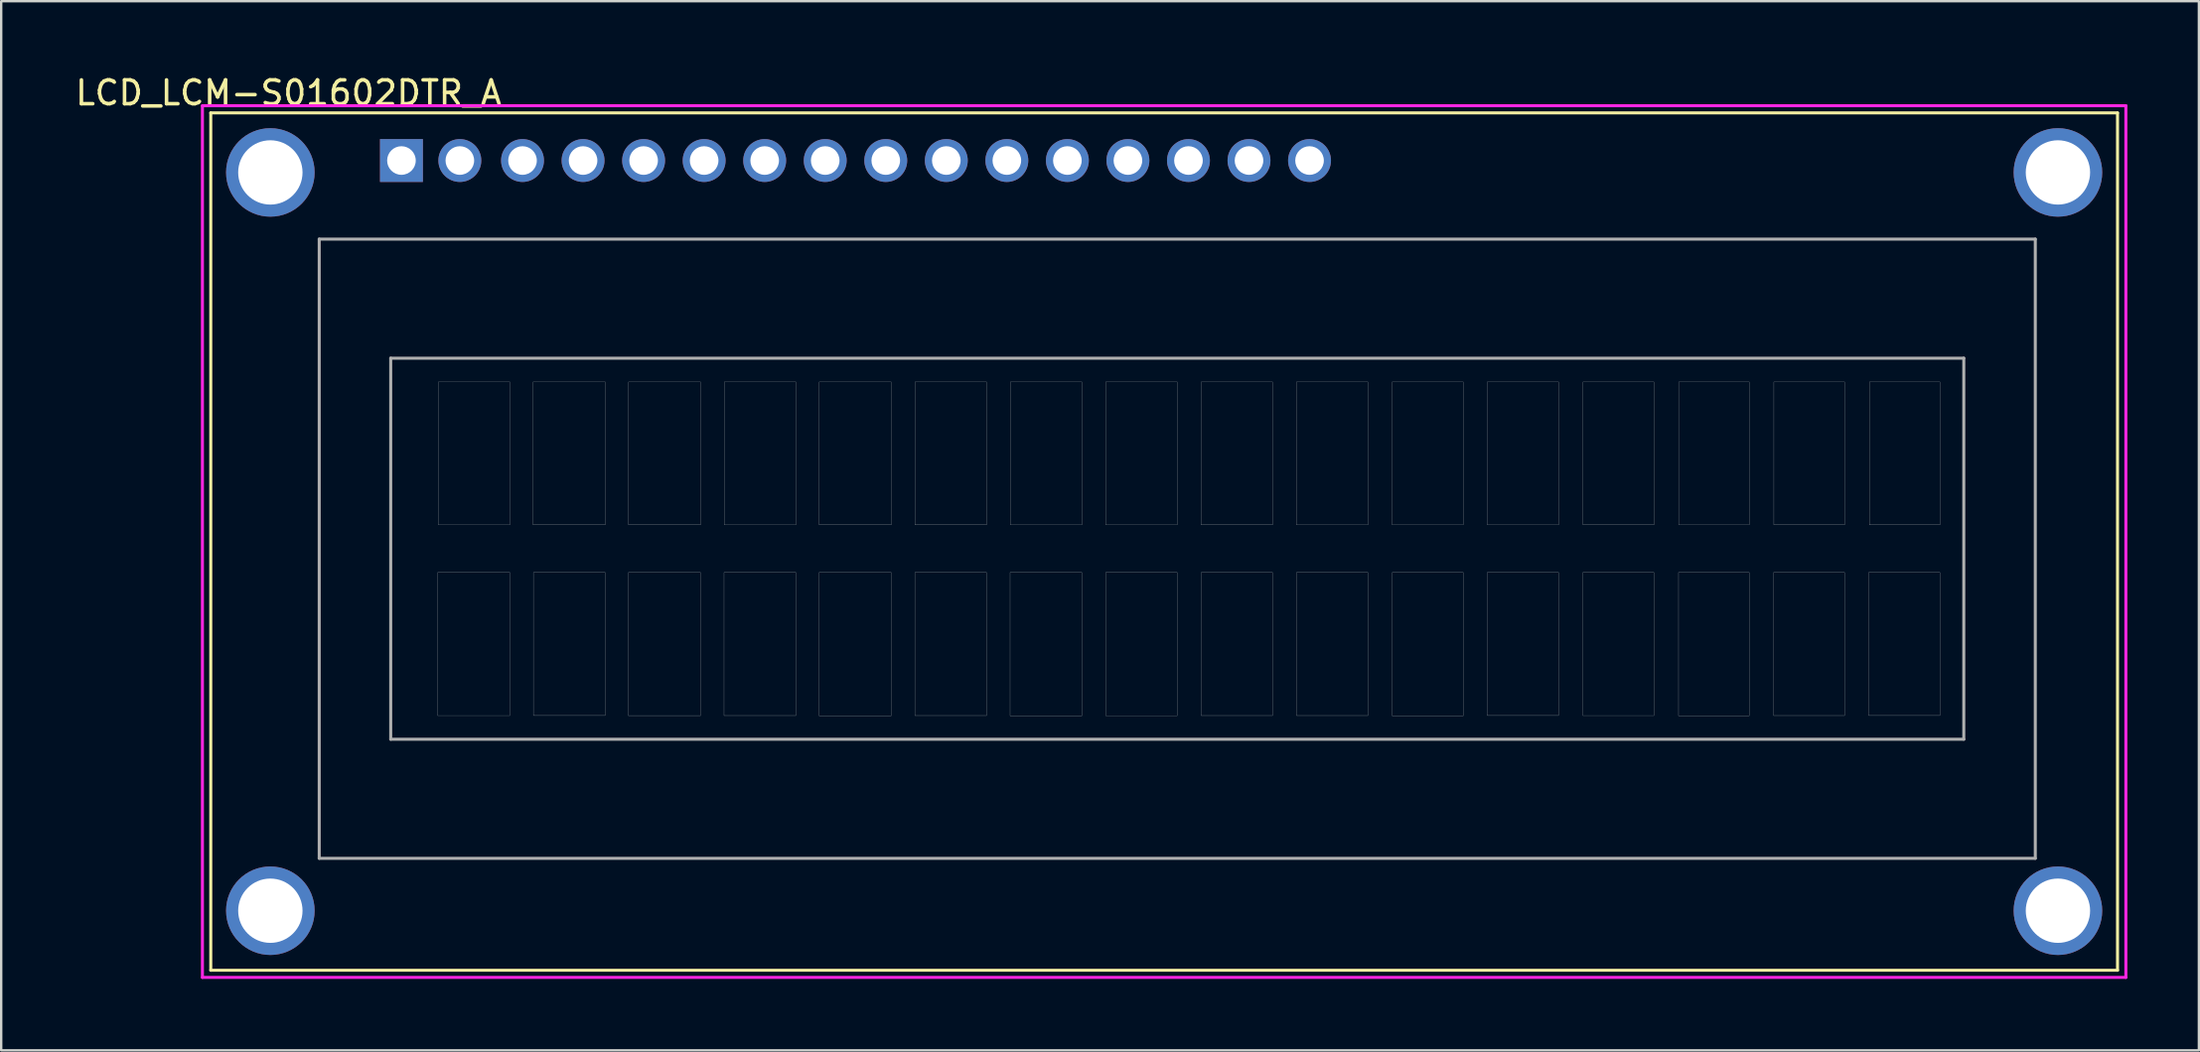
<source format=kicad_pcb>
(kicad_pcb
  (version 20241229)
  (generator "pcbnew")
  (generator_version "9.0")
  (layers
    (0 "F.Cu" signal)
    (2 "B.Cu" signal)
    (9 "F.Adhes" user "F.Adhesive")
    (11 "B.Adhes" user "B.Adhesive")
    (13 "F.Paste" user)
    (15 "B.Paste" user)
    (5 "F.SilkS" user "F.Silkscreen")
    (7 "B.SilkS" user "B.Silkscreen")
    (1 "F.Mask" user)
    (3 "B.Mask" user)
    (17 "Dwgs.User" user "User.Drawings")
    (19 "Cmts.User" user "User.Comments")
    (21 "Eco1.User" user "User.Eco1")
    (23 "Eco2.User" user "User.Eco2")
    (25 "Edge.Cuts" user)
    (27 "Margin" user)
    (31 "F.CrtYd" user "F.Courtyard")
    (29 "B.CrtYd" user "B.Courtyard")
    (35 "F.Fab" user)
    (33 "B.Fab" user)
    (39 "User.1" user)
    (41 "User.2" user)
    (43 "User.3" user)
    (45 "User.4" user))
  (footprint "LCD_LCM-S01602DTR_A"
    (layer "F.Cu")
    (at 46.343 19.99)
    (property "Reference" "LCD_LCM-S01602DTR_A" (at -37.287 -19.141 0) (layer "F.SilkS") (effects (font (size 1 1) (thickness 0.15))))
    (attr through_hole)
    (fp_line (start -40.55 -18.3) (end -40.55 17.7) (stroke (width 0.127) (type solid)) (layer "F.SilkS"))
    (fp_line (start -40.55 17.7) (end 39.45 17.7) (stroke (width 0.127) (type solid)) (layer "F.SilkS"))
    (fp_line (start 39.45 -18.3) (end -40.55 -18.3) (stroke (width 0.127) (type solid)) (layer "F.SilkS"))
    (fp_line (start 39.45 17.7) (end 39.45 -18.3) (stroke (width 0.127) (type solid)) (layer "F.SilkS"))
    (fp_line (start -40.9 -18.6) (end -40.9 18) (stroke (width 0.127) (type solid)) (layer "F.CrtYd"))
    (fp_line (start -40.9 18) (end 39.8 18) (stroke (width 0.127) (type solid)) (layer "F.CrtYd"))
    (fp_line (start 39.8 -18.6) (end -40.9 -18.6) (stroke (width 0.127) (type solid)) (layer "F.CrtYd"))
    (fp_line (start 39.8 18) (end 39.8 -18.6) (stroke (width 0.127) (type solid)) (layer "F.CrtYd"))
    (fp_line (start -36 -13) (end -36 13) (stroke (width 0.127) (type solid)) (layer "F.Fab"))
    (fp_line (start -36 13) (end 36 13) (stroke (width 0.127) (type solid)) (layer "F.Fab"))
    (fp_line (start -33 -8) (end -33 8) (stroke (width 0.127) (type solid)) (layer "F.Fab"))
    (fp_line (start -33 8) (end 33 8) (stroke (width 0.127) (type solid)) (layer "F.Fab"))
    (fp_line (start 33 -8) (end -33 -8) (stroke (width 0.127) (type solid)) (layer "F.Fab"))
    (fp_line (start 33 8) (end 33 -8) (stroke (width 0.127) (type solid)) (layer "F.Fab"))
    (fp_line (start 36 -13) (end -36 -13) (stroke (width 0.127) (type solid)) (layer "F.Fab"))
    (fp_line (start 36 13) (end 36 -13) (stroke (width 0.127) (type solid)) (layer "F.Fab"))
    (fp_poly (pts (xy -31.029 1) (xy -28 1) (xy -28 7.007) (xy -31.029 7.007)) (stroke (width 0.01) (type solid)) (fill no) (layer "F.Fab"))
    (fp_poly (pts (xy -31.002 -7) (xy -28 -7) (xy -28 -1) (xy -31.002 -1)) (stroke (width 0.01) (type solid)) (fill no) (layer "F.Fab"))
    (fp_poly (pts (xy -27.027 -7) (xy -24 -7) (xy -24 -1.001) (xy -27.027 -1.001)) (stroke (width 0.01) (type solid)) (fill no) (layer "F.Fab"))
    (fp_poly (pts (xy -27.012 1) (xy -24 1) (xy -24 7.003) (xy -27.012 7.003)) (stroke (width 0.01) (type solid)) (fill no) (layer "F.Fab"))
    (fp_poly (pts (xy -23.027 1) (xy -20 1) (xy -20 7.008) (xy -23.027 7.008)) (stroke (width 0.01) (type solid)) (fill no) (layer "F.Fab"))
    (fp_poly (pts (xy -23.02 -7) (xy -20 -7) (xy -20 -1.001) (xy -23.02 -1.001)) (stroke (width 0.01) (type solid)) (fill no) (layer "F.Fab"))
    (fp_poly (pts (xy -19.015 1) (xy -16 1) (xy -16 7.005) (xy -19.015 7.005)) (stroke (width 0.01) (type solid)) (fill no) (layer "F.Fab"))
    (fp_poly (pts (xy -19.008 -7) (xy -16 -7) (xy -16 -1) (xy -19.008 -1)) (stroke (width 0.01) (type solid)) (fill no) (layer "F.Fab"))
    (fp_poly (pts (xy -15.027 1) (xy -12 1) (xy -12 7.013) (xy -15.027 7.013)) (stroke (width 0.01) (type solid)) (fill no) (layer "F.Fab"))
    (fp_poly (pts (xy -15.021 -7) (xy -12 -7) (xy -12 -1.001) (xy -15.021 -1.001)) (stroke (width 0.01) (type solid)) (fill no) (layer "F.Fab"))
    (fp_poly (pts (xy -11.009 1) (xy -8 1) (xy -8 7.006) (xy -11.009 7.006)) (stroke (width 0.01) (type solid)) (fill no) (layer "F.Fab"))
    (fp_poly (pts (xy -11.006 -7) (xy -8 -7) (xy -8 -1.001) (xy -11.006 -1.001)) (stroke (width 0.01) (type solid)) (fill no) (layer "F.Fab"))
    (fp_poly (pts (xy -7.013 1) (xy -4 1) (xy -4 7.013) (xy -7.013 7.013)) (stroke (width 0.01) (type solid)) (fill no) (layer "F.Fab"))
    (fp_poly (pts (xy -7.002 -7) (xy -4 -7) (xy -4 -1) (xy -7.002 -1)) (stroke (width 0.01) (type solid)) (fill no) (layer "F.Fab"))
    (fp_poly (pts (xy -3.005 -7) (xy 0 -7) (xy 0 -1.002) (xy -3.005 -1.002)) (stroke (width 0.01) (type solid)) (fill no) (layer "F.Fab"))
    (fp_poly (pts (xy -3.004 1) (xy 0 1) (xy 0 7.01) (xy -3.004 7.01)) (stroke (width 0.01) (type solid)) (fill no) (layer "F.Fab"))
    (fp_poly (pts (xy 1.001 1) (xy 4 1) (xy 4 7.006) (xy 1.001 7.006)) (stroke (width 0.01) (type solid)) (fill no) (layer "F.Fab"))
    (fp_poly (pts (xy 1.001 -7) (xy 4 -7) (xy 4 -1.001) (xy 1.001 -1.001)) (stroke (width 0.01) (type solid)) (fill no) (layer "F.Fab"))
    (fp_poly (pts (xy 5.001 -7) (xy 8 -7) (xy 8 -1) (xy 5.001 -1)) (stroke (width 0.01) (type solid)) (fill no) (layer "F.Fab"))
    (fp_poly (pts (xy 5.004 1) (xy 8 1) (xy 8 7.005) (xy 5.004 7.005)) (stroke (width 0.01) (type solid)) (fill no) (layer "F.Fab"))
    (fp_poly (pts (xy 9.015 -7) (xy 12 -7) (xy 12 -1.002) (xy 9.015 -1.002)) (stroke (width 0.01) (type solid)) (fill no) (layer "F.Fab"))
    (fp_poly (pts (xy 9.017 1) (xy 12 1) (xy 12 7.014) (xy 9.017 7.014)) (stroke (width 0.01) (type solid)) (fill no) (layer "F.Fab"))
    (fp_poly (pts (xy 13.003 1) (xy 16 1) (xy 16 7.002) (xy 13.003 7.002)) (stroke (width 0.01) (type solid)) (fill no) (layer "F.Fab"))
    (fp_poly (pts (xy 13.004 -7) (xy 16 -7) (xy 16 -1) (xy 13.004 -1)) (stroke (width 0.01) (type solid)) (fill no) (layer "F.Fab"))
    (fp_poly (pts (xy 17.017 1) (xy 20 1) (xy 20 7.007) (xy 17.017 7.007)) (stroke (width 0.01) (type solid)) (fill no) (layer "F.Fab"))
    (fp_poly (pts (xy 17.023 -7) (xy 20 -7) (xy 20 -1.001) (xy 17.023 -1.001)) (stroke (width 0.01) (type solid)) (fill no) (layer "F.Fab"))
    (fp_poly (pts (xy 21.032 1) (xy 24 1) (xy 24 7.011) (xy 21.032 7.011)) (stroke (width 0.01) (type solid)) (fill no) (layer "F.Fab"))
    (fp_poly (pts (xy 21.037 -7) (xy 24 -7) (xy 24 -1.002) (xy 21.037 -1.002)) (stroke (width 0.01) (type solid)) (fill no) (layer "F.Fab"))
    (fp_poly (pts (xy 25.019 1) (xy 28 1) (xy 28 7.005) (xy 25.019 7.005)) (stroke (width 0.01) (type solid)) (fill no) (layer "F.Fab"))
    (fp_poly (pts (xy 25.031 -7) (xy 28 -7) (xy 28 -1.001) (xy 25.031 -1.001)) (stroke (width 0.01) (type solid)) (fill no) (layer "F.Fab"))
    (fp_poly (pts (xy 29.008 1) (xy 32 1) (xy 32 7.002) (xy 29.008 7.002)) (stroke (width 0.01) (type solid)) (fill no) (layer "F.Fab"))
    (fp_poly (pts (xy 29.039 -7) (xy 32 -7) (xy 32 -1.001) (xy 29.039 -1.001)) (stroke (width 0.01) (type solid)) (fill no) (layer "F.Fab"))
    (pad "1" thru_hole rect (at -32.55 -16.3) (size 1.8 1.8) (drill 1.2) (layers "*.Cu" "*.Mask"))
    (pad "2" thru_hole circle (at -30.1 -16.3) (size 1.8 1.8) (drill 1.2) (layers "*.Cu" "*.Mask"))
    (pad "3" thru_hole circle (at -27.47 -16.3) (size 1.8 1.8) (drill 1.2) (layers "*.Cu" "*.Mask"))
    (pad "4" thru_hole circle (at -24.93 -16.3) (size 1.8 1.8) (drill 1.2) (layers "*.Cu" "*.Mask"))
    (pad "5" thru_hole circle (at -22.39 -16.3) (size 1.8 1.8) (drill 1.2) (layers "*.Cu" "*.Mask"))
    (pad "6" thru_hole circle (at -19.85 -16.3) (size 1.8 1.8) (drill 1.2) (layers "*.Cu" "*.Mask"))
    (pad "7" thru_hole circle (at -17.31 -16.3) (size 1.8 1.8) (drill 1.2) (layers "*.Cu" "*.Mask"))
    (pad "8" thru_hole circle (at -14.77 -16.3) (size 1.8 1.8) (drill 1.2) (layers "*.Cu" "*.Mask"))
    (pad "9" thru_hole circle (at -12.23 -16.3) (size 1.8 1.8) (drill 1.2) (layers "*.Cu" "*.Mask"))
    (pad "10" thru_hole circle (at -9.69 -16.3) (size 1.8 1.8) (drill 1.2) (layers "*.Cu" "*.Mask"))
    (pad "11" thru_hole circle (at -7.15 -16.3) (size 1.8 1.8) (drill 1.2) (layers "*.Cu" "*.Mask"))
    (pad "12" thru_hole circle (at -4.61 -16.3) (size 1.8 1.8) (drill 1.2) (layers "*.Cu" "*.Mask"))
    (pad "13" thru_hole circle (at -2.07 -16.3) (size 1.8 1.8) (drill 1.2) (layers "*.Cu" "*.Mask"))
    (pad "14" thru_hole circle (at 0.47 -16.3) (size 1.8 1.8) (drill 1.2) (layers "*.Cu" "*.Mask"))
    (pad "15" thru_hole circle (at 3.01 -16.3) (size 1.8 1.8) (drill 1.2) (layers "*.Cu" "*.Mask"))
    (pad "16" thru_hole circle (at 5.55 -16.3) (size 1.8 1.8) (drill 1.2) (layers "*.Cu" "*.Mask"))
    (pad "17" thru_hole circle (at -38.05 -15.8) (size 3.716 3.716) (drill 2.7) (layers "*.Cu" "*.Mask"))
    (pad "18" thru_hole circle (at -38.05 15.2) (size 3.716 3.716) (drill 2.7) (layers "*.Cu" "*.Mask"))
    (pad "19" thru_hole circle (at 36.95 -15.8) (size 3.716 3.716) (drill 2.7) (layers "*.Cu" "*.Mask"))
    (pad "20" thru_hole circle (at 36.95 15.2) (size 3.716 3.716) (drill 2.7) (layers "*.Cu" "*.Mask")))
  (gr_rect
    (start -3 -3)
    (end 89.207 41.053)
    (stroke (width 0.1) (type default))
    (fill no)
    (layer "Edge.Cuts")))
</source>
